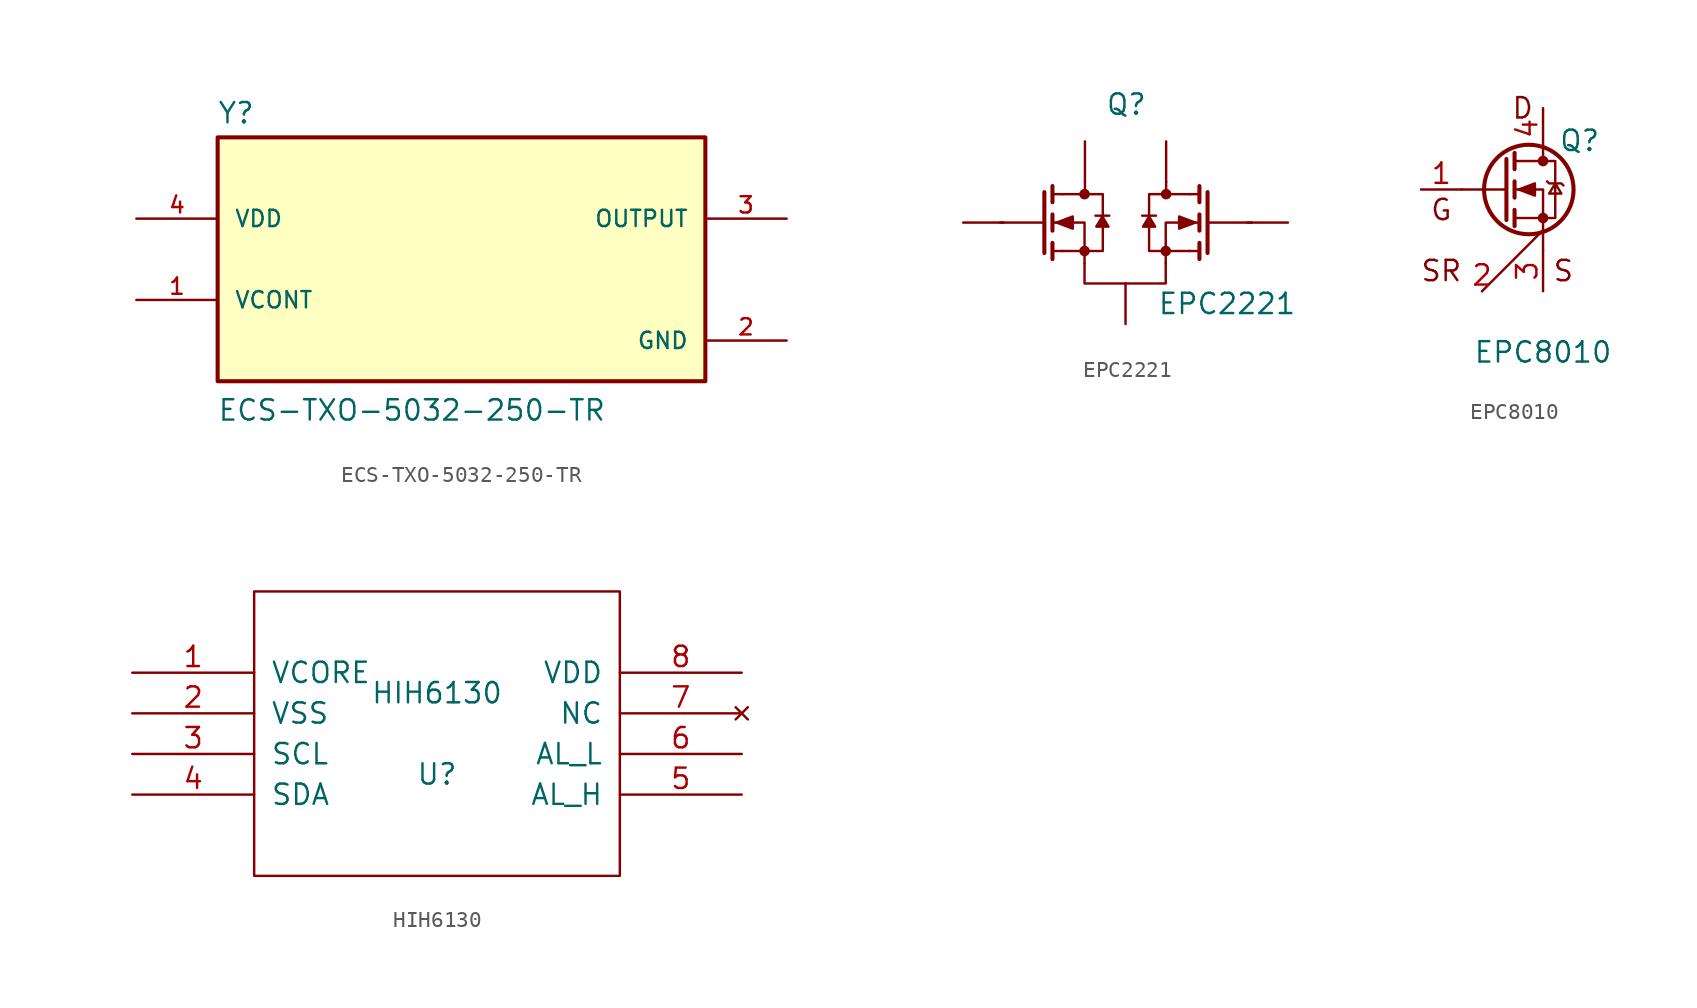
<source format=kicad_sym>
(kicad_symbol_lib
  (version 20220914)
  (generator kicad_symbol_editor)
  (symbol "ECS-TXO-5032-250-TR"
    (pin_names
      (offset 1.016))
    (property "Reference" "Y"
      (at -15.27 8.398 0)
      (effects (font (size 1.27 1.27)) (justify left bottom)))
    (property "Value" "ECS-TXO-5032-250-TR"
      (at -15.268 -10.178 0)
      (effects (font (size 1.27 1.27)) (justify left bottom)))
    (symbol "ECS-TXO-5032-250-TR_0_0"
      (rectangle (start -15.24 -7.62) (end 15.24 7.62) (stroke (width 0.254) (type default)) (fill (type background)))
      (pin input line (at -20.32 -2.54 0) (length 5.08) (name "VCONT" (effects (font (size 1.016 1.016)))) (number "1" (effects (font (size 1.016 1.016)))))
      (pin power_in line (at 20.32 -5.08 180) (length 5.08) (name "GND" (effects (font (size 1.016 1.016)))) (number "2" (effects (font (size 1.016 1.016)))))
      (pin output line (at 20.32 2.54 180) (length 5.08) (name "OUTPUT" (effects (font (size 1.016 1.016)))) (number "3" (effects (font (size 1.016 1.016)))))
      (pin input line (at -20.32 2.54 0) (length 5.08) (name "VDD" (effects (font (size 1.016 1.016)))) (number "4" (effects (font (size 1.016 1.016)))))))
  (symbol "EPC2221"
    (pin_numbers hide)
    (pin_names
      (offset 0) hide)
    (property "Reference" "Q"
      (at 0.051 7.391 0)
      (effects (font (size 1.27 1.27))))
    (property "Value" "EPC2221"
      (at 6.35 -5.08 0)
      (effects (font (size 1.27 1.27))))
    (symbol "EPC2221_0_1"
      (circle (center -2.565 -1.778) (radius 0.254) (stroke (width 0) (type default)) (fill (type outline)))
      (circle (center -2.565 1.778) (radius 0.254) (stroke (width 0) (type default)) (fill (type outline)))
      (polyline (pts (xy -5.08 0) (xy -7.874 0)) (stroke (width 0) (type default)) (fill (type none)))
      (polyline (pts (xy -5.08 1.905) (xy -5.08 -1.905)) (stroke (width 0.254) (type default)) (fill (type none)))
      (polyline (pts (xy -4.572 -1.27) (xy -4.572 -2.286)) (stroke (width 0.254) (type default)) (fill (type none)))
      (polyline (pts (xy -4.572 0.508) (xy -4.572 -0.508)) (stroke (width 0.254) (type default)) (fill (type none)))
      (polyline (pts (xy -4.572 2.286) (xy -4.572 1.27)) (stroke (width 0.254) (type default)) (fill (type none)))
      (polyline (pts (xy -4.369 0) (xy -4.547 0)) (stroke (width 0) (type default)) (fill (type none)))
      (polyline (pts (xy -3.962 1.778) (xy -4.547 1.778)) (stroke (width 0) (type default)) (fill (type none)))
      (polyline (pts (xy -3.937 -1.778) (xy -4.547 -1.778)) (stroke (width 0) (type default)) (fill (type none)))
      (polyline (pts (xy -2.54 2.54) (xy -2.54 1.778)) (stroke (width 0) (type default)) (fill (type none)))
      (polyline (pts (xy -1.88 0.432) (xy -1.016 0.432)) (stroke (width 0) (type default)) (fill (type none)))
      (polyline (pts (xy 1.905 0.432) (xy 1.041 0.432)) (stroke (width 0) (type default)) (fill (type none)))
      (polyline (pts (xy 2.54 2.54) (xy 2.54 1.778)) (stroke (width 0) (type default)) (fill (type none)))
      (polyline (pts (xy 3.962 -1.778) (xy 4.597 -1.778)) (stroke (width 0) (type default)) (fill (type none)))
      (polyline (pts (xy 3.988 1.778) (xy 4.623 1.778)) (stroke (width 0) (type default)) (fill (type none)))
      (polyline (pts (xy 4.293 0) (xy 4.623 0)) (stroke (width 0) (type default)) (fill (type none)))
      (polyline (pts (xy 4.623 -1.27) (xy 4.623 -2.286)) (stroke (width 0.254) (type default)) (fill (type none)))
      (polyline (pts (xy 4.623 0.508) (xy 4.623 -0.508)) (stroke (width 0.254) (type default)) (fill (type none)))
      (polyline (pts (xy 4.623 2.286) (xy 4.623 1.27)) (stroke (width 0.254) (type default)) (fill (type none)))
      (polyline (pts (xy 5.131 0) (xy 7.925 0)) (stroke (width 0) (type default)) (fill (type none)))
      (polyline (pts (xy 5.131 1.905) (xy 5.131 -1.905)) (stroke (width 0.254) (type default)) (fill (type none)))
      (polyline (pts (xy -2.565 -2.54) (xy -2.565 0) (xy -4.343 0)) (stroke (width 0) (type default)) (fill (type none)))
      (polyline (pts (xy 0 -3.81) (xy -2.565 -3.81) (xy -2.565 -2.565)) (stroke (width 0) (type default)) (fill (type none)))
      (polyline (pts (xy 2.515 -2.54) (xy 2.515 0) (xy 4.293 0)) (stroke (width 0) (type default)) (fill (type none)))
      (polyline (pts (xy -4.318 0) (xy -3.302 0.381) (xy -3.302 -0.381) (xy -4.318 0)) (stroke (width 0) (type default)) (fill (type outline)))
      (polyline (pts (xy -3.962 -1.778) (xy -1.422 -1.778) (xy -1.422 1.778) (xy -3.962 1.778)) (stroke (width 0) (type default)) (fill (type none)))
      (polyline (pts (xy 2.515 -2.565) (xy 2.515 -3.759) (xy 2.515 -3.81) (xy 0 -3.81)) (stroke (width 0) (type default)) (fill (type none)))
      (polyline (pts (xy 4.013 -1.778) (xy 1.473 -1.778) (xy 1.473 1.778) (xy 4.013 1.778)) (stroke (width 0) (type default)) (fill (type none)))
      (polyline (pts (xy 4.369 0) (xy 3.353 0.381) (xy 3.353 -0.381) (xy 4.369 0)) (stroke (width 0) (type default)) (fill (type outline)))
      (circle (center 2.515 -1.778) (radius 0.254) (stroke (width 0) (type default)) (fill (type outline)))
      (circle (center 2.54 1.778) (radius 0.254) (stroke (width 0) (type default)) (fill (type outline))))
    (symbol "EPC2221_1_1"
      (polyline (pts (xy -1.448 0.381) (xy -1.829 -0.254) (xy -1.067 -0.254) (xy -1.448 0.381)) (stroke (width 0) (type default)) (fill (type outline)))
      (polyline (pts (xy 1.473 0.381) (xy 1.854 -0.254) (xy 1.092 -0.254) (xy 1.473 0.381)) (stroke (width 0) (type default)) (fill (type outline)))
      (pin unspecified line (at 0 -6.35 90) (length 2.54) (name "S" (effects (font (size 1.27 1.27)))) (number "1" (effects (font (size 1.27 1.27)))))
      (pin unspecified line (at -10.16 0 0) (length 2.54) (name "G1" (effects (font (size 1.27 1.27)))) (number "2" (effects (font (size 1.27 1.27)))))
      (pin unspecified line (at 10.16 0 180) (length 2.54) (name "G2" (effects (font (size 1.27 1.27)))) (number "3" (effects (font (size 1.27 1.27)))))
      (pin unspecified line (at -2.54 5.08 270) (length 2.54) (name "D1" (effects (font (size 1.27 1.27)))) (number "4" (effects (font (size 1.27 1.27)))))
      (pin unspecified line (at 2.54 5.08 270) (length 2.54) (name "D2" (effects (font (size 1.27 1.27)))) (number "5" (effects (font (size 1.27 1.27)))))))
  (symbol "EPC8010"
    (property "Reference" "Q"
      (at 2.286 3.048 0)
      (effects (font (size 1.27 1.27))))
    (property "Value" "EPC8010"
      (at 0 -10.16 0)
      (effects (font (size 1.27 1.27))))
    (symbol "EPC8010_0_1"
      (circle (center -0.889 0) (radius 2.794) (stroke (width 0.254) (type default)) (fill (type none)))
      (circle (center 0 -1.778) (radius 0.254) (stroke (width 0) (type default)) (fill (type outline)))
      (polyline (pts (xy -2.286 0) (xy -5.08 0)) (stroke (width 0) (type default)) (fill (type none)))
      (polyline (pts (xy -2.286 1.905) (xy -2.286 -1.905)) (stroke (width 0.254) (type default)) (fill (type none)))
      (polyline (pts (xy -1.778 -1.27) (xy -1.778 -2.286)) (stroke (width 0.254) (type default)) (fill (type none)))
      (polyline (pts (xy -1.778 0.508) (xy -1.778 -0.508)) (stroke (width 0.254) (type default)) (fill (type none)))
      (polyline (pts (xy -1.778 2.286) (xy -1.778 1.27)) (stroke (width 0.254) (type default)) (fill (type none)))
      (polyline (pts (xy 0 -3.81) (xy 0 -2.54)) (stroke (width 0) (type default)) (fill (type none)))
      (polyline (pts (xy 0 -2.54) (xy -3.81 -6.35)) (stroke (width 0) (type default)) (fill (type none)))
      (polyline (pts (xy 0 2.54) (xy 0 1.778)) (stroke (width 0) (type default)) (fill (type none)))
      (polyline (pts (xy 0 -2.54) (xy 0 0) (xy -1.778 0)) (stroke (width 0) (type default)) (fill (type none)))
      (polyline (pts (xy -1.778 -1.778) (xy 0.762 -1.778) (xy 0.762 1.778) (xy -1.778 1.778)) (stroke (width 0) (type default)) (fill (type none)))
      (polyline (pts (xy -1.524 0) (xy -0.508 0.381) (xy -0.508 -0.381) (xy -1.524 0)) (stroke (width 0) (type default)) (fill (type outline)))
      (polyline (pts (xy 0.254 0.508) (xy 0.381 0.381) (xy 1.143 0.381) (xy 1.27 0.254)) (stroke (width 0) (type default)) (fill (type none)))
      (polyline (pts (xy 0.762 0.381) (xy 0.381 -0.254) (xy 1.143 -0.254) (xy 0.762 0.381)) (stroke (width 0) (type default)) (fill (type none)))
      (circle (center 0 1.778) (radius 0.254) (stroke (width 0) (type default)) (fill (type outline))))
    (symbol "EPC8010_1_1"
      (text "D" (at -1.27 5.08 0) (effects (font (size 1.27 1.27))))
      (text "G" (at -6.35 -1.27 0) (effects (font (size 1.27 1.27))))
      (text "S" (at 1.27 -5.08 0) (effects (font (size 1.27 1.27))))
      (text "SR" (at -6.35 -5.08 0) (effects (font (size 1.27 1.27))))
      (pin input line (at -7.62 0 0) (length 2.54) (name "" (effects (font (size 1.27 1.27)))) (number "1" (effects (font (size 1.27 1.27)))))
      (pin passive line (at -3.81 -6.35 0) (length 0) (name "" (effects (font (size 1.27 1.27)))) (number "2" (effects (font (size 1.27 1.27)))))
      (pin passive line (at 0 -6.35 90) (length 2.54) (name "" (effects (font (size 1.27 1.27)))) (number "3" (effects (font (size 1.27 1.27)))))
      (pin passive line (at 0 5.08 270) (length 2.54) (name "" (effects (font (size 1.27 1.27)))) (number "4" (effects (font (size 1.27 1.27)))))))
  (symbol "HIH6130"
    (pin_names
      (offset 1.016))
    (property "Reference" "U"
      (at 0 -2.54 0)
      (effects (font (size 1.27 1.27))))
    (property "Value" "HIH6130"
      (at 0 2.54 0)
      (effects (font (size 1.27 1.27))))
    (symbol "HIH6130_1_0"
      (rectangle (start -11.43 -8.89) (end 11.43 8.89) (stroke (width 0) (type solid)) (fill (type none))))
    (symbol "HIH6130_1_1"
      (pin passive line (at -19.05 3.81 0) (length 7.62) (name "VCORE" (effects (font (size 1.27 1.27)))) (number "1" (effects (font (size 1.27 1.27)))))
      (pin power_in line (at -19.05 1.27 0) (length 7.62) (name "VSS" (effects (font (size 1.27 1.27)))) (number "2" (effects (font (size 1.27 1.27)))))
      (pin input line (at -19.05 -1.27 0) (length 7.62) (name "SCL" (effects (font (size 1.27 1.27)))) (number "3" (effects (font (size 1.27 1.27)))))
      (pin bidirectional line (at -19.05 -3.81 0) (length 7.62) (name "SDA" (effects (font (size 1.27 1.27)))) (number "4" (effects (font (size 1.27 1.27)))))
      (pin output line (at 19.05 -3.81 180) (length 7.62) (name "AL_H" (effects (font (size 1.27 1.27)))) (number "5" (effects (font (size 1.27 1.27)))))
      (pin output line (at 19.05 -1.27 180) (length 7.62) (name "AL_L" (effects (font (size 1.27 1.27)))) (number "6" (effects (font (size 1.27 1.27)))))
      (pin no_connect line (at 19.05 1.27 180) (length 7.62) (name "NC" (effects (font (size 1.27 1.27)))) (number "7" (effects (font (size 1.27 1.27)))))
      (pin power_in line (at 19.05 3.81 180) (length 7.62) (name "VDD" (effects (font (size 1.27 1.27)))) (number "8" (effects (font (size 1.27 1.27))))))))
</source>
